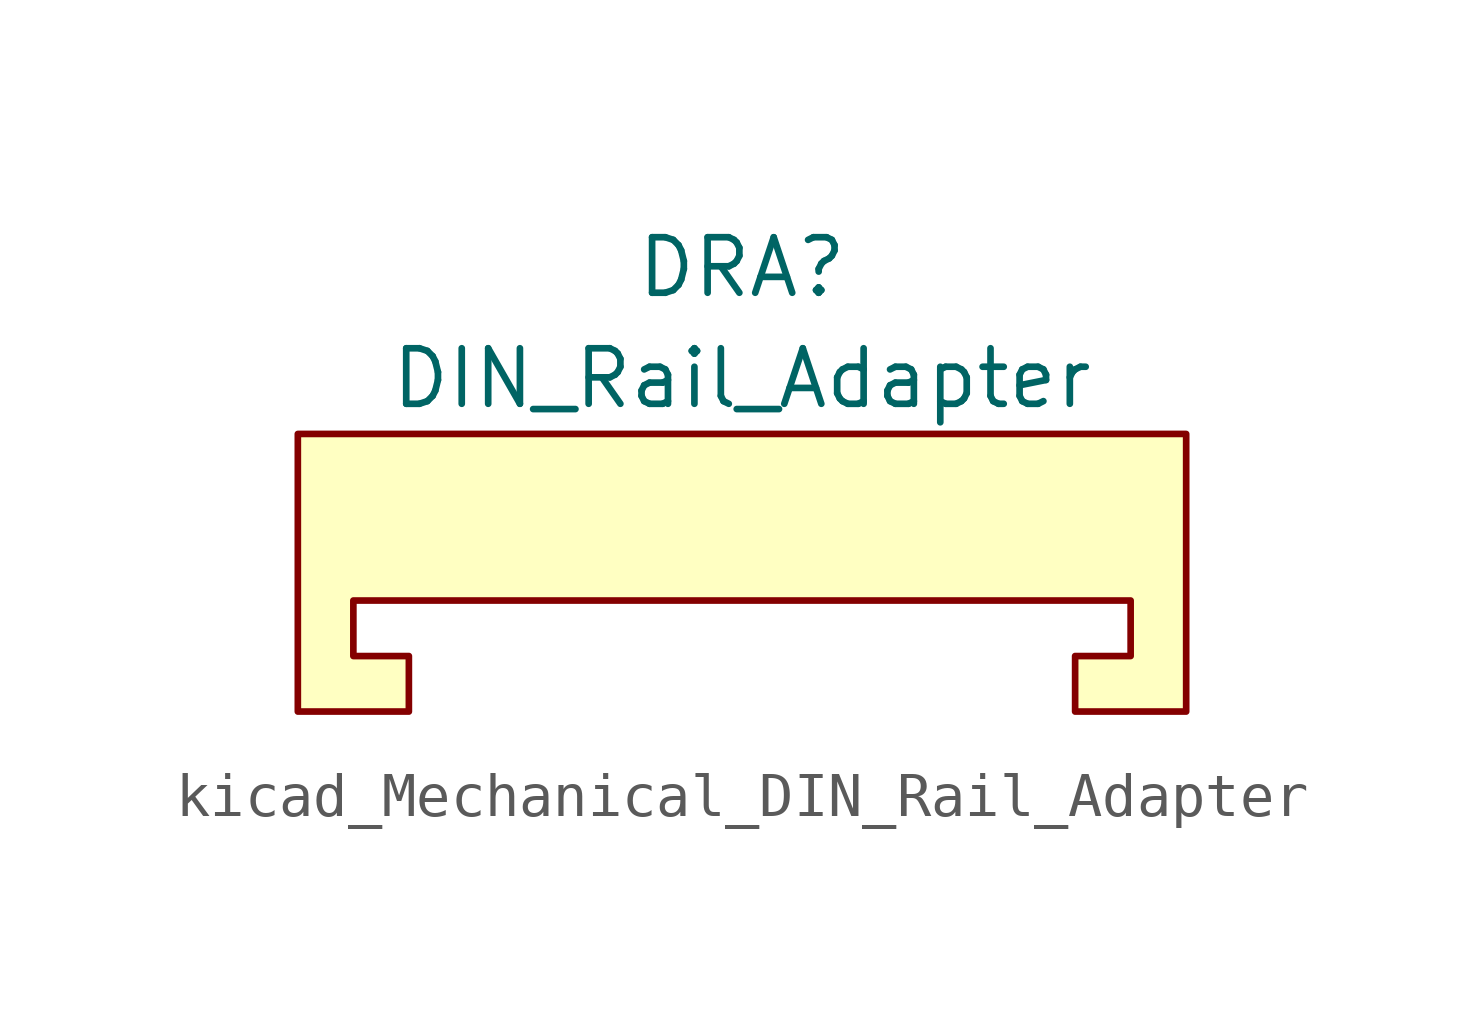
<source format=kicad_sym>
(kicad_symbol_lib
  (version 20220914)
  (generator kicad_symbol_editor)
  (symbol "kicad_Mechanical_DIN_Rail_Adapter"
    (property "Reference" "DRA"
      (at 0 6.35 0)
      (effects (font (size 1.27 1.27))))
    (property "Value" "DIN_Rail_Adapter"
      (at 0 3.81 0)
      (effects (font (size 1.27 1.27))))
    (symbol "kicad_Mechanical_DIN_Rail_Adapter_0_1"
      (polyline (pts (xy 10.16 2.54) (xy -10.16 2.54) (xy -10.16 -3.81) (xy -7.62 -3.81) (xy -7.62 -2.54) (xy -8.89 -2.54) (xy -8.89 -1.27) (xy 8.89 -1.27) (xy 8.89 -2.54) (xy 7.62 -2.54) (xy 7.62 -3.81) (xy 10.16 -3.81) (xy 10.16 2.54) (xy -10.16 2.54)) (stroke (width 0) (type default)) (fill (type background))))))
</source>
